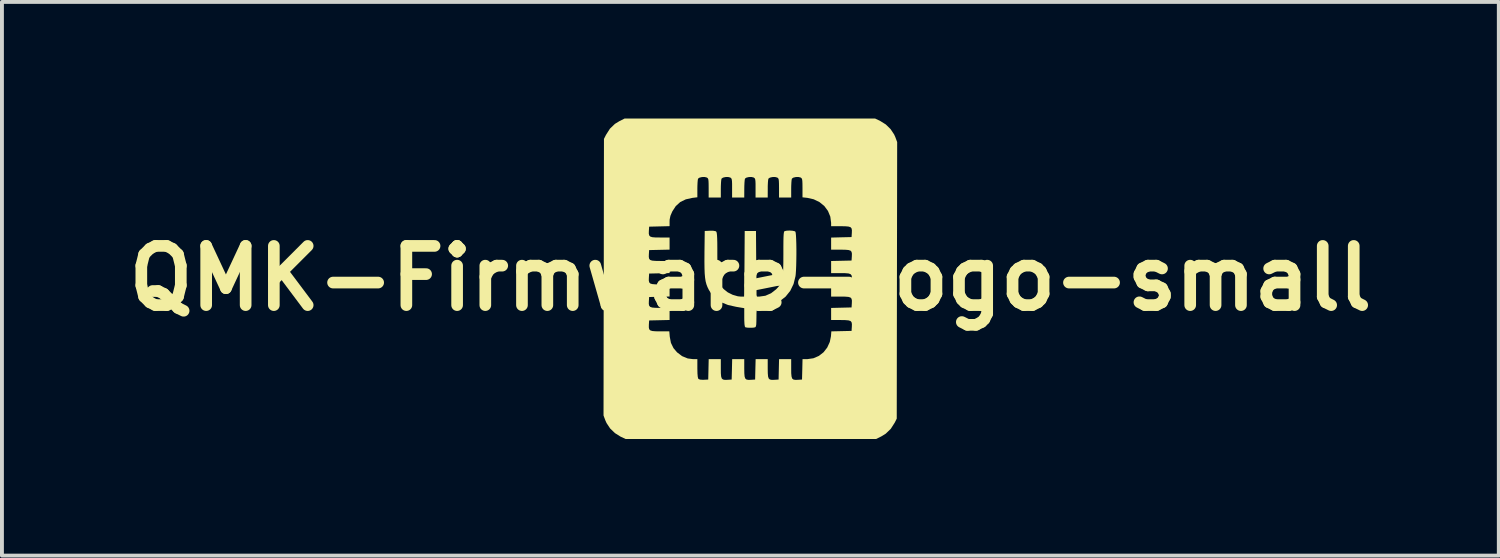
<source format=kicad_pcb>
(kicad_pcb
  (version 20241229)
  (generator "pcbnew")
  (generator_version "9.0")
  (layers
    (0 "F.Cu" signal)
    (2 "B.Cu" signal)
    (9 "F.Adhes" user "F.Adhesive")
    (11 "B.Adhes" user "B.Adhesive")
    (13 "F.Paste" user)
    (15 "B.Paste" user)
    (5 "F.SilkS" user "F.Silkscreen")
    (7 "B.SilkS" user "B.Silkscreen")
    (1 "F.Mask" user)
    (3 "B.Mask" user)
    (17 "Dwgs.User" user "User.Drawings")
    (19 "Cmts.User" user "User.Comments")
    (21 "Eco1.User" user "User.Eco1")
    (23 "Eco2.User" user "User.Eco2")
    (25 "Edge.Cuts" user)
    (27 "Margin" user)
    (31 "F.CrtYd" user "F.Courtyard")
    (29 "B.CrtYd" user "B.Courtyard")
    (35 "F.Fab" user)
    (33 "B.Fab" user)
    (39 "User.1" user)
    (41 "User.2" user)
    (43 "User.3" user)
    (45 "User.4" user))
  (footprint "QMK-Firmware-logo-small"
    (layer "F.Cu")
    (at 16.263 4.114)
    (property "Reference" "QMK-Firmware-logo-small" (at 0 0 0) (layer "F.SilkS") (effects (font (size 1.524 1.524) (thickness 0.3))))
    (attr board_only exclude_from_pos_files exclude_from_bom)
    (fp_poly (pts (xy 1.085 -1.225) (xy 1.14 -1.213) (xy 1.158 -1.203) (xy 1.167 -1.172) (xy 1.174 -1.104) (xy 1.179 -1.007) (xy 1.183 -0.886) (xy 1.185 -0.751) (xy 1.185 -0.608) (xy 1.183 -0.465) (xy 1.18 -0.329) (xy 1.175 -0.207) (xy 1.168 -0.107) (xy 1.162 -0.056) (xy 1.112 0.146) (xy 1.027 0.322) (xy 0.907 0.471) (xy 0.756 0.59) (xy 0.574 0.677) (xy 0.382 0.728) (xy 0.297 0.743) (xy 0.228 0.754) (xy 0.187 0.759) (xy 0.184 0.759) (xy 0.171 0.773) (xy 0.163 0.816) (xy 0.158 0.894) (xy 0.157 1.004) (xy 0.155 1.114) (xy 0.152 1.188) (xy 0.144 1.232) (xy 0.131 1.255) (xy 0.121 1.261) (xy 0.073 1.27) (xy 0.002 1.272) (xy -0.071 1.27) (xy -0.124 1.261) (xy -0.129 1.26) (xy -0.142 1.238) (xy -0.151 1.183) (xy -0.156 1.091) (xy -0.157 1.008) (xy -0.157 0.768) (xy -0.366 0.733) (xy -0.575 0.686) (xy -0.748 0.617) (xy -0.889 0.523) (xy -1.001 0.403) (xy -1.068 0.297) (xy -1.103 0.226) (xy -1.13 0.155) (xy -1.151 0.077) (xy -1.165 -0.014) (xy -1.175 -0.124) (xy -1.18 -0.259) (xy -1.182 -0.426) (xy -1.181 -0.63) (xy -1.181 -0.66) (xy -1.174 -1.219) (xy -1.043 -1.225) (xy -0.96 -1.225) (xy -0.9 -1.215) (xy -0.881 -1.206) (xy -0.871 -1.19) (xy -0.864 -1.158) (xy -0.858 -1.106) (xy -0.854 -1.027) (xy -0.851 -0.918) (xy -0.85 -0.774) (xy -0.85 -0.605) (xy -0.849 -0.404) (xy -0.846 -0.243) (xy -0.841 -0.114) (xy -0.831 -0.013) (xy -0.815 0.066) (xy -0.794 0.13) (xy -0.765 0.184) (xy -0.727 0.233) (xy -0.684 0.279) (xy -0.581 0.361) (xy -0.455 0.424) (xy -0.323 0.462) (xy -0.245 0.47) (xy -0.157 0.47) (xy -0.151 -0.375) (xy -0.145 -1.219) (xy 0.145 -1.219) (xy 0.157 0.47) (xy 0.231 0.47) (xy 0.387 0.448) (xy 0.533 0.384) (xy 0.663 0.283) (xy 0.714 0.228) (xy 0.756 0.176) (xy 0.787 0.121) (xy 0.811 0.056) (xy 0.828 -0.024) (xy 0.839 -0.125) (xy 0.846 -0.253) (xy 0.849 -0.413) (xy 0.85 -0.612) (xy 0.85 -0.639) (xy 0.85 -0.814) (xy 0.851 -0.95) (xy 0.853 -1.051) (xy 0.857 -1.123) (xy 0.862 -1.17) (xy 0.869 -1.199) (xy 0.879 -1.213) (xy 0.885 -1.216) (xy 0.94 -1.227) (xy 1.012 -1.23)) (stroke (width 0) (type solid)) (fill yes) (layer "F.SilkS"))
    (fp_poly (pts (xy -0.013 -4.114) (xy 3.209 -4.114) (xy 3.343 -4.05) (xy 3.486 -3.961) (xy 3.609 -3.841) (xy 3.701 -3.703) (xy 3.731 -3.636) (xy 3.779 -3.507) (xy 3.773 0.052) (xy 3.768 3.611) (xy 3.716 3.715) (xy 3.614 3.874) (xy 3.485 3.998) (xy 3.372 4.068) (xy 3.235 4.136) (xy -3.209 4.136) (xy -3.343 4.073) (xy -3.486 3.983) (xy -3.609 3.864) (xy -3.701 3.725) (xy -3.731 3.659) (xy -3.779 3.53) (xy -3.775 0.658) (xy -2.614 0.658) (xy -2.604 0.705) (xy -2.577 0.735) (xy -2.525 0.752) (xy -2.441 0.759) (xy -2.323 0.76) (xy -2.079 0.76) (xy -2.079 1.072) (xy -2.342 1.078) (xy -2.605 1.084) (xy -2.612 1.192) (xy -2.613 1.262) (xy -2.604 1.309) (xy -2.576 1.339) (xy -2.523 1.356) (xy -2.439 1.363) (xy -2.326 1.364) (xy -2.086 1.364) (xy -2.074 1.504) (xy -2.044 1.662) (xy -1.978 1.797) (xy -1.886 1.905) (xy -1.756 2.003) (xy -1.612 2.062) (xy -1.481 2.079) (xy -1.364 2.079) (xy -1.364 2.321) (xy -1.361 2.452) (xy -1.353 2.54) (xy -1.339 2.586) (xy -1.336 2.59) (xy -1.294 2.607) (xy -1.222 2.612) (xy -1.196 2.611) (xy -1.084 2.605) (xy -1.078 2.342) (xy -1.072 2.079) (xy -0.76 2.079) (xy -0.76 2.323) (xy -0.759 2.443) (xy -0.752 2.526) (xy -0.735 2.578) (xy -0.704 2.604) (xy -0.656 2.614) (xy -0.589 2.612) (xy -0.481 2.605) (xy -0.474 2.342) (xy -0.468 2.079) (xy -0.157 2.079) (xy -0.157 2.323) (xy -0.155 2.443) (xy -0.148 2.526) (xy -0.131 2.578) (xy -0.101 2.604) (xy -0.053 2.614) (xy 0.015 2.612) (xy 0.123 2.605) (xy 0.129 2.342) (xy 0.136 2.079) (xy 0.447 2.079) (xy 0.447 2.323) (xy 0.449 2.443) (xy 0.456 2.526) (xy 0.473 2.578) (xy 0.503 2.604) (xy 0.551 2.614) (xy 0.619 2.612) (xy 0.727 2.605) (xy 0.733 2.342) (xy 0.739 2.079) (xy 1.051 2.079) (xy 1.051 2.323) (xy 1.052 2.443) (xy 1.06 2.526) (xy 1.076 2.578) (xy 1.107 2.604) (xy 1.155 2.614) (xy 1.222 2.612) (xy 1.33 2.605) (xy 1.337 2.342) (xy 1.343 2.079) (xy 1.471 2.079) (xy 1.624 2.057) (xy 1.763 1.997) (xy 1.884 1.903) (xy 1.979 1.781) (xy 2.045 1.637) (xy 2.074 1.495) (xy 2.085 1.365) (xy 2.345 1.359) (xy 2.605 1.353) (xy 2.612 1.245) (xy 2.614 1.176) (xy 2.604 1.128) (xy 2.577 1.098) (xy 2.525 1.082) (xy 2.441 1.075) (xy 2.323 1.073) (xy 2.079 1.073) (xy 2.079 0.762) (xy 2.605 0.749) (xy 2.612 0.641) (xy 2.614 0.572) (xy 2.604 0.524) (xy 2.577 0.494) (xy 2.525 0.478) (xy 2.441 0.471) (xy 2.323 0.47) (xy 2.079 0.47) (xy 2.079 0.158) (xy 2.605 0.145) (xy 2.612 0.037) (xy 2.614 -0.032) (xy 2.604 -0.079) (xy 2.577 -0.109) (xy 2.525 -0.126) (xy 2.441 -0.133) (xy 2.323 -0.134) (xy 2.079 -0.134) (xy 2.079 -0.446) (xy 2.342 -0.452) (xy 2.605 -0.458) (xy 2.612 -0.566) (xy 2.614 -0.635) (xy 2.604 -0.683) (xy 2.577 -0.713) (xy 2.525 -0.729) (xy 2.441 -0.736) (xy 2.323 -0.738) (xy 2.079 -0.738) (xy 2.079 -1.049) (xy 2.342 -1.056) (xy 2.605 -1.062) (xy 2.612 -1.17) (xy 2.614 -1.239) (xy 2.604 -1.287) (xy 2.577 -1.317) (xy 2.525 -1.333) (xy 2.441 -1.34) (xy 2.323 -1.342) (xy 2.079 -1.342) (xy 2.079 -1.427) (xy 2.058 -1.588) (xy 1.998 -1.734) (xy 1.904 -1.861) (xy 1.78 -1.962) (xy 1.632 -2.034) (xy 1.47 -2.071) (xy 1.342 -2.085) (xy 1.342 -2.327) (xy 1.341 -2.435) (xy 1.338 -2.507) (xy 1.331 -2.551) (xy 1.319 -2.576) (xy 1.3 -2.592) (xy 1.294 -2.595) (xy 1.238 -2.609) (xy 1.169 -2.607) (xy 1.107 -2.592) (xy 1.07 -2.567) (xy 1.062 -2.533) (xy 1.056 -2.466) (xy 1.052 -2.376) (xy 1.051 -2.309) (xy 1.051 -2.079) (xy 0.738 -2.079) (xy 0.738 -2.325) (xy 0.737 -2.433) (xy 0.734 -2.505) (xy 0.728 -2.55) (xy 0.716 -2.576) (xy 0.697 -2.591) (xy 0.69 -2.595) (xy 0.634 -2.609) (xy 0.566 -2.607) (xy 0.503 -2.592) (xy 0.466 -2.567) (xy 0.458 -2.533) (xy 0.452 -2.466) (xy 0.448 -2.376) (xy 0.448 -2.309) (xy 0.447 -2.079) (xy 0.134 -2.079) (xy 0.134 -2.325) (xy 0.134 -2.433) (xy 0.131 -2.505) (xy 0.124 -2.55) (xy 0.112 -2.576) (xy 0.093 -2.591) (xy 0.086 -2.595) (xy 0.031 -2.609) (xy -0.038 -2.607) (xy -0.101 -2.592) (xy -0.138 -2.567) (xy -0.145 -2.533) (xy -0.151 -2.466) (xy -0.155 -2.376) (xy -0.156 -2.309) (xy -0.157 -2.079) (xy -0.47 -2.079) (xy -0.47 -2.325) (xy -0.47 -2.433) (xy -0.473 -2.505) (xy -0.48 -2.55) (xy -0.492 -2.576) (xy -0.511 -2.591) (xy -0.517 -2.595) (xy -0.573 -2.609) (xy -0.642 -2.607) (xy -0.704 -2.592) (xy -0.741 -2.567) (xy -0.749 -2.533) (xy -0.755 -2.466) (xy -0.759 -2.376) (xy -0.76 -2.309) (xy -0.76 -2.079) (xy -1.073 -2.079) (xy -1.073 -2.325) (xy -1.074 -2.433) (xy -1.077 -2.505) (xy -1.083 -2.55) (xy -1.095 -2.576) (xy -1.114 -2.591) (xy -1.121 -2.595) (xy -1.177 -2.609) (xy -1.245 -2.607) (xy -1.308 -2.592) (xy -1.345 -2.567) (xy -1.353 -2.533) (xy -1.359 -2.466) (xy -1.363 -2.376) (xy -1.364 -2.312) (xy -1.364 -2.086) (xy -1.491 -2.071) (xy -1.662 -2.033) (xy -1.804 -1.964) (xy -1.919 -1.86) (xy -2.01 -1.72) (xy -2.011 -1.717) (xy -2.057 -1.61) (xy -2.077 -1.514) (xy -2.079 -1.462) (xy -2.079 -1.343) (xy -2.605 -1.33) (xy -2.612 -1.222) (xy -2.614 -1.153) (xy -2.604 -1.106) (xy -2.577 -1.076) (xy -2.525 -1.059) (xy -2.441 -1.052) (xy -2.323 -1.051) (xy -2.079 -1.051) (xy -2.079 -0.739) (xy -2.605 -0.727) (xy -2.612 -0.619) (xy -2.614 -0.55) (xy -2.604 -0.502) (xy -2.577 -0.472) (xy -2.525 -0.456) (xy -2.441 -0.449) (xy -2.323 -0.447) (xy -2.079 -0.447) (xy -2.079 -0.136) (xy -2.342 -0.129) (xy -2.605 -0.123) (xy -2.612 -0.015) (xy -2.614 0.054) (xy -2.604 0.102) (xy -2.577 0.132) (xy -2.525 0.148) (xy -2.441 0.155) (xy -2.323 0.157) (xy -2.079 0.157) (xy -2.079 0.468) (xy -2.342 0.474) (xy -2.605 0.481) (xy -2.612 0.589) (xy -2.614 0.658) (xy -3.775 0.658) (xy -3.773 -0.03) (xy -3.768 -3.589) (xy -3.716 -3.692) (xy -3.614 -3.852) (xy -3.485 -3.976) (xy -3.372 -4.045) (xy -3.235 -4.114)) (stroke (width 0) (type solid)) (fill yes) (layer "F.SilkS")))
  (gr_rect
    (start -3 -3)
    (end 35.527 11.251)
    (stroke (width 0.1) (type default))
    (fill no)
    (layer "Edge.Cuts")))
</source>
